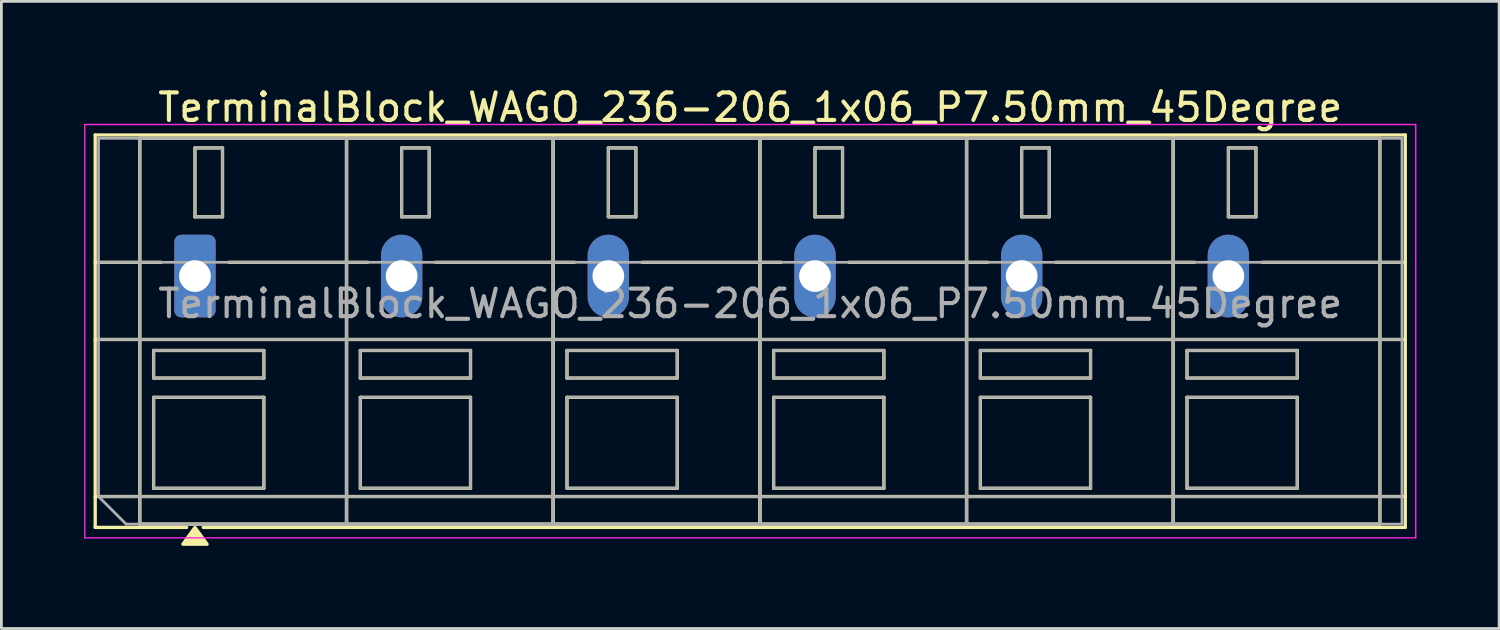
<source format=kicad_pcb>
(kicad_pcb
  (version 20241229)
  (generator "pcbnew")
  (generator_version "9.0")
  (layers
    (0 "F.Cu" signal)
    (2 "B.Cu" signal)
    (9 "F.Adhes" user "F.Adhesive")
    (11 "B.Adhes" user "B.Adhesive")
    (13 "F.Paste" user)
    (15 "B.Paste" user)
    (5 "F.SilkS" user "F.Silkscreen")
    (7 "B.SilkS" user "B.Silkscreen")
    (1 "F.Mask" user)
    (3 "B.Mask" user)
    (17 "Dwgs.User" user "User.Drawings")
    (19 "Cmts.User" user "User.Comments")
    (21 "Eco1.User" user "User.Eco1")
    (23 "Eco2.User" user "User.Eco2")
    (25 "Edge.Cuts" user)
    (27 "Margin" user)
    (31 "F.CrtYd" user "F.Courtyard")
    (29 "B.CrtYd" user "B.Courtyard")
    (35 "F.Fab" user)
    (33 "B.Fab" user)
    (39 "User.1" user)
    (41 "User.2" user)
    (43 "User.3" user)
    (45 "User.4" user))
  (footprint "TerminalBlock_WAGO_236-206_1x06_P7.50mm_45Degree"
    (layer "F.Cu")
    (at 4.025 6.968)
    (property "Reference" "TerminalBlock_WAGO_236-206_1x06_P7.50mm_45Degree" (at 20.15 -6.12 0) (layer "F.SilkS") (effects (font (size 1 1) (thickness 0.15))))
    (attr through_hole)
    (fp_line (start -3.62 -5.12) (end 43.92 -5.12) (stroke (width 0.12) (type solid)) (layer "F.SilkS"))
    (fp_line (start -3.62 -0.5) (end -1.23 -0.5) (stroke (width 0.12) (type solid)) (layer "F.SilkS"))
    (fp_line (start -3.62 2.3) (end 43.92 2.3) (stroke (width 0.12) (type solid)) (layer "F.SilkS"))
    (fp_line (start -3.62 8) (end 43.92 8) (stroke (width 0.12) (type solid)) (layer "F.SilkS"))
    (fp_line (start -3.62 9.12) (end -3.62 -5.12) (stroke (width 0.12) (type solid)) (layer "F.SilkS"))
    (fp_line (start -2 -5) (end 5.5 -5) (stroke (width 0.12) (type solid)) (layer "F.SilkS"))
    (fp_line (start -2 9) (end -2 -5) (stroke (width 0.12) (type solid)) (layer "F.SilkS"))
    (fp_line (start -1.5 2.7) (end 2.5 2.7) (stroke (width 0.12) (type solid)) (layer "F.SilkS"))
    (fp_line (start -1.5 3.7) (end -1.5 2.7) (stroke (width 0.12) (type solid)) (layer "F.SilkS"))
    (fp_line (start -1.5 4.4) (end 2.5 4.4) (stroke (width 0.12) (type solid)) (layer "F.SilkS"))
    (fp_line (start -1.5 7.7) (end -1.5 4.4) (stroke (width 0.12) (type solid)) (layer "F.SilkS"))
    (fp_line (start -0.3 9.12) (end -3.62 9.12) (stroke (width 0.12) (type solid)) (layer "F.SilkS"))
    (fp_line (start 0 -4.65) (end 1 -4.65) (stroke (width 0.12) (type solid)) (layer "F.SilkS"))
    (fp_line (start 0 -2.15) (end 0 -4.65) (stroke (width 0.12) (type solid)) (layer "F.SilkS"))
    (fp_line (start 1 -4.65) (end 1 -2.15) (stroke (width 0.12) (type solid)) (layer "F.SilkS"))
    (fp_line (start 1 -2.15) (end 0 -2.15) (stroke (width 0.12) (type solid)) (layer "F.SilkS"))
    (fp_line (start 1.23 -0.5) (end 6.27 -0.5) (stroke (width 0.12) (type solid)) (layer "F.SilkS"))
    (fp_line (start 2.5 2.7) (end 2.5 3.7) (stroke (width 0.12) (type solid)) (layer "F.SilkS"))
    (fp_line (start 2.5 3.7) (end -1.5 3.7) (stroke (width 0.12) (type solid)) (layer "F.SilkS"))
    (fp_line (start 2.5 4.4) (end 2.5 7.7) (stroke (width 0.12) (type solid)) (layer "F.SilkS"))
    (fp_line (start 2.5 7.7) (end -1.5 7.7) (stroke (width 0.12) (type solid)) (layer "F.SilkS"))
    (fp_line (start 5.5 -5) (end 5.5 9) (stroke (width 0.12) (type solid)) (layer "F.SilkS"))
    (fp_line (start 5.5 -5) (end 13 -5) (stroke (width 0.12) (type solid)) (layer "F.SilkS"))
    (fp_line (start 5.5 9) (end -2 9) (stroke (width 0.12) (type solid)) (layer "F.SilkS"))
    (fp_line (start 5.5 9) (end 5.5 -5) (stroke (width 0.12) (type solid)) (layer "F.SilkS"))
    (fp_line (start 6 2.7) (end 10 2.7) (stroke (width 0.12) (type solid)) (layer "F.SilkS"))
    (fp_line (start 6 3.7) (end 6 2.7) (stroke (width 0.12) (type solid)) (layer "F.SilkS"))
    (fp_line (start 6 4.4) (end 10 4.4) (stroke (width 0.12) (type solid)) (layer "F.SilkS"))
    (fp_line (start 6 7.7) (end 6 4.4) (stroke (width 0.12) (type solid)) (layer "F.SilkS"))
    (fp_line (start 7.5 -4.65) (end 8.5 -4.65) (stroke (width 0.12) (type solid)) (layer "F.SilkS"))
    (fp_line (start 7.5 -2.15) (end 7.5 -4.65) (stroke (width 0.12) (type solid)) (layer "F.SilkS"))
    (fp_line (start 8.5 -4.65) (end 8.5 -2.15) (stroke (width 0.12) (type solid)) (layer "F.SilkS"))
    (fp_line (start 8.5 -2.15) (end 7.5 -2.15) (stroke (width 0.12) (type solid)) (layer "F.SilkS"))
    (fp_line (start 8.73 -0.5) (end 13.77 -0.5) (stroke (width 0.12) (type solid)) (layer "F.SilkS"))
    (fp_line (start 10 2.7) (end 10 3.7) (stroke (width 0.12) (type solid)) (layer "F.SilkS"))
    (fp_line (start 10 3.7) (end 6 3.7) (stroke (width 0.12) (type solid)) (layer "F.SilkS"))
    (fp_line (start 10 4.4) (end 10 7.7) (stroke (width 0.12) (type solid)) (layer "F.SilkS"))
    (fp_line (start 10 7.7) (end 6 7.7) (stroke (width 0.12) (type solid)) (layer "F.SilkS"))
    (fp_line (start 13 -5) (end 13 9) (stroke (width 0.12) (type solid)) (layer "F.SilkS"))
    (fp_line (start 13 -5) (end 20.5 -5) (stroke (width 0.12) (type solid)) (layer "F.SilkS"))
    (fp_line (start 13 9) (end 5.5 9) (stroke (width 0.12) (type solid)) (layer "F.SilkS"))
    (fp_line (start 13 9) (end 13 -5) (stroke (width 0.12) (type solid)) (layer "F.SilkS"))
    (fp_line (start 13.5 2.7) (end 17.5 2.7) (stroke (width 0.12) (type solid)) (layer "F.SilkS"))
    (fp_line (start 13.5 3.7) (end 13.5 2.7) (stroke (width 0.12) (type solid)) (layer "F.SilkS"))
    (fp_line (start 13.5 4.4) (end 17.5 4.4) (stroke (width 0.12) (type solid)) (layer "F.SilkS"))
    (fp_line (start 13.5 7.7) (end 13.5 4.4) (stroke (width 0.12) (type solid)) (layer "F.SilkS"))
    (fp_line (start 15 -4.65) (end 16 -4.65) (stroke (width 0.12) (type solid)) (layer "F.SilkS"))
    (fp_line (start 15 -2.15) (end 15 -4.65) (stroke (width 0.12) (type solid)) (layer "F.SilkS"))
    (fp_line (start 16 -4.65) (end 16 -2.15) (stroke (width 0.12) (type solid)) (layer "F.SilkS"))
    (fp_line (start 16 -2.15) (end 15 -2.15) (stroke (width 0.12) (type solid)) (layer "F.SilkS"))
    (fp_line (start 16.23 -0.5) (end 21.27 -0.5) (stroke (width 0.12) (type solid)) (layer "F.SilkS"))
    (fp_line (start 17.5 2.7) (end 17.5 3.7) (stroke (width 0.12) (type solid)) (layer "F.SilkS"))
    (fp_line (start 17.5 3.7) (end 13.5 3.7) (stroke (width 0.12) (type solid)) (layer "F.SilkS"))
    (fp_line (start 17.5 4.4) (end 17.5 7.7) (stroke (width 0.12) (type solid)) (layer "F.SilkS"))
    (fp_line (start 17.5 7.7) (end 13.5 7.7) (stroke (width 0.12) (type solid)) (layer "F.SilkS"))
    (fp_line (start 20.5 -5) (end 20.5 9) (stroke (width 0.12) (type solid)) (layer "F.SilkS"))
    (fp_line (start 20.5 -5) (end 28 -5) (stroke (width 0.12) (type solid)) (layer "F.SilkS"))
    (fp_line (start 20.5 9) (end 13 9) (stroke (width 0.12) (type solid)) (layer "F.SilkS"))
    (fp_line (start 20.5 9) (end 20.5 -5) (stroke (width 0.12) (type solid)) (layer "F.SilkS"))
    (fp_line (start 21 2.7) (end 25 2.7) (stroke (width 0.12) (type solid)) (layer "F.SilkS"))
    (fp_line (start 21 3.7) (end 21 2.7) (stroke (width 0.12) (type solid)) (layer "F.SilkS"))
    (fp_line (start 21 4.4) (end 25 4.4) (stroke (width 0.12) (type solid)) (layer "F.SilkS"))
    (fp_line (start 21 7.7) (end 21 4.4) (stroke (width 0.12) (type solid)) (layer "F.SilkS"))
    (fp_line (start 22.5 -4.65) (end 23.5 -4.65) (stroke (width 0.12) (type solid)) (layer "F.SilkS"))
    (fp_line (start 22.5 -2.15) (end 22.5 -4.65) (stroke (width 0.12) (type solid)) (layer "F.SilkS"))
    (fp_line (start 23.5 -4.65) (end 23.5 -2.15) (stroke (width 0.12) (type solid)) (layer "F.SilkS"))
    (fp_line (start 23.5 -2.15) (end 22.5 -2.15) (stroke (width 0.12) (type solid)) (layer "F.SilkS"))
    (fp_line (start 23.73 -0.5) (end 28.77 -0.5) (stroke (width 0.12) (type solid)) (layer "F.SilkS"))
    (fp_line (start 25 2.7) (end 25 3.7) (stroke (width 0.12) (type solid)) (layer "F.SilkS"))
    (fp_line (start 25 3.7) (end 21 3.7) (stroke (width 0.12) (type solid)) (layer "F.SilkS"))
    (fp_line (start 25 4.4) (end 25 7.7) (stroke (width 0.12) (type solid)) (layer "F.SilkS"))
    (fp_line (start 25 7.7) (end 21 7.7) (stroke (width 0.12) (type solid)) (layer "F.SilkS"))
    (fp_line (start 28 -5) (end 28 9) (stroke (width 0.12) (type solid)) (layer "F.SilkS"))
    (fp_line (start 28 -5) (end 35.5 -5) (stroke (width 0.12) (type solid)) (layer "F.SilkS"))
    (fp_line (start 28 9) (end 20.5 9) (stroke (width 0.12) (type solid)) (layer "F.SilkS"))
    (fp_line (start 28 9) (end 28 -5) (stroke (width 0.12) (type solid)) (layer "F.SilkS"))
    (fp_line (start 28.5 2.7) (end 32.5 2.7) (stroke (width 0.12) (type solid)) (layer "F.SilkS"))
    (fp_line (start 28.5 3.7) (end 28.5 2.7) (stroke (width 0.12) (type solid)) (layer "F.SilkS"))
    (fp_line (start 28.5 4.4) (end 32.5 4.4) (stroke (width 0.12) (type solid)) (layer "F.SilkS"))
    (fp_line (start 28.5 7.7) (end 28.5 4.4) (stroke (width 0.12) (type solid)) (layer "F.SilkS"))
    (fp_line (start 30 -4.65) (end 31 -4.65) (stroke (width 0.12) (type solid)) (layer "F.SilkS"))
    (fp_line (start 30 -2.15) (end 30 -4.65) (stroke (width 0.12) (type solid)) (layer "F.SilkS"))
    (fp_line (start 31 -4.65) (end 31 -2.15) (stroke (width 0.12) (type solid)) (layer "F.SilkS"))
    (fp_line (start 31 -2.15) (end 30 -2.15) (stroke (width 0.12) (type solid)) (layer "F.SilkS"))
    (fp_line (start 31.23 -0.5) (end 36.27 -0.5) (stroke (width 0.12) (type solid)) (layer "F.SilkS"))
    (fp_line (start 32.5 2.7) (end 32.5 3.7) (stroke (width 0.12) (type solid)) (layer "F.SilkS"))
    (fp_line (start 32.5 3.7) (end 28.5 3.7) (stroke (width 0.12) (type solid)) (layer "F.SilkS"))
    (fp_line (start 32.5 4.4) (end 32.5 7.7) (stroke (width 0.12) (type solid)) (layer "F.SilkS"))
    (fp_line (start 32.5 7.7) (end 28.5 7.7) (stroke (width 0.12) (type solid)) (layer "F.SilkS"))
    (fp_line (start 35.5 -5) (end 35.5 9) (stroke (width 0.12) (type solid)) (layer "F.SilkS"))
    (fp_line (start 35.5 -5) (end 43 -5) (stroke (width 0.12) (type solid)) (layer "F.SilkS"))
    (fp_line (start 35.5 9) (end 28 9) (stroke (width 0.12) (type solid)) (layer "F.SilkS"))
    (fp_line (start 35.5 9) (end 35.5 -5) (stroke (width 0.12) (type solid)) (layer "F.SilkS"))
    (fp_line (start 36 2.7) (end 40 2.7) (stroke (width 0.12) (type solid)) (layer "F.SilkS"))
    (fp_line (start 36 3.7) (end 36 2.7) (stroke (width 0.12) (type solid)) (layer "F.SilkS"))
    (fp_line (start 36 4.4) (end 40 4.4) (stroke (width 0.12) (type solid)) (layer "F.SilkS"))
    (fp_line (start 36 7.7) (end 36 4.4) (stroke (width 0.12) (type solid)) (layer "F.SilkS"))
    (fp_line (start 37.5 -4.65) (end 38.5 -4.65) (stroke (width 0.12) (type solid)) (layer "F.SilkS"))
    (fp_line (start 37.5 -2.15) (end 37.5 -4.65) (stroke (width 0.12) (type solid)) (layer "F.SilkS"))
    (fp_line (start 38.5 -4.65) (end 38.5 -2.15) (stroke (width 0.12) (type solid)) (layer "F.SilkS"))
    (fp_line (start 38.5 -2.15) (end 37.5 -2.15) (stroke (width 0.12) (type solid)) (layer "F.SilkS"))
    (fp_line (start 38.73 -0.5) (end 43.92 -0.5) (stroke (width 0.12) (type solid)) (layer "F.SilkS"))
    (fp_line (start 40 2.7) (end 40 3.7) (stroke (width 0.12) (type solid)) (layer "F.SilkS"))
    (fp_line (start 40 3.7) (end 36 3.7) (stroke (width 0.12) (type solid)) (layer "F.SilkS"))
    (fp_line (start 40 4.4) (end 40 7.7) (stroke (width 0.12) (type solid)) (layer "F.SilkS"))
    (fp_line (start 40 7.7) (end 36 7.7) (stroke (width 0.12) (type solid)) (layer "F.SilkS"))
    (fp_line (start 43 -5) (end 43 9) (stroke (width 0.12) (type solid)) (layer "F.SilkS"))
    (fp_line (start 43 9) (end 35.5 9) (stroke (width 0.12) (type solid)) (layer "F.SilkS"))
    (fp_line (start 43.92 -5.12) (end 43.92 9.12) (stroke (width 0.12) (type solid)) (layer "F.SilkS"))
    (fp_line (start 43.92 9.12) (end 0.3 9.12) (stroke (width 0.12) (type solid)) (layer "F.SilkS"))
    (fp_poly (pts (xy 0 9.12) (xy 0.44 9.73) (xy -0.44 9.73)) (stroke (width 0.12) (type solid)) (fill yes) (layer "F.SilkS"))
    (fp_line (start -4 -5.5) (end -4 9.5) (stroke (width 0.05) (type solid)) (layer "F.CrtYd"))
    (fp_line (start -4 9.5) (end 44.3 9.5) (stroke (width 0.05) (type solid)) (layer "F.CrtYd"))
    (fp_line (start 44.3 -5.5) (end -4 -5.5) (stroke (width 0.05) (type solid)) (layer "F.CrtYd"))
    (fp_line (start 44.3 9.5) (end 44.3 -5.5) (stroke (width 0.05) (type solid)) (layer "F.CrtYd"))
    (fp_line (start -3.5 -5) (end 43.8 -5) (stroke (width 0.1) (type solid)) (layer "F.Fab"))
    (fp_line (start -3.5 -0.5) (end 43.8 -0.5) (stroke (width 0.1) (type solid)) (layer "F.Fab"))
    (fp_line (start -3.5 2.3) (end 43.8 2.3) (stroke (width 0.1) (type solid)) (layer "F.Fab"))
    (fp_line (start -3.5 8) (end -3.5 -5) (stroke (width 0.1) (type solid)) (layer "F.Fab"))
    (fp_line (start -3.5 8) (end 43.8 8) (stroke (width 0.1) (type solid)) (layer "F.Fab"))
    (fp_line (start -2.5 9) (end -3.5 8) (stroke (width 0.1) (type solid)) (layer "F.Fab"))
    (fp_line (start -2 -5) (end -2 9) (stroke (width 0.1) (type solid)) (layer "F.Fab"))
    (fp_line (start -2 9) (end 5.5 9) (stroke (width 0.1) (type solid)) (layer "F.Fab"))
    (fp_line (start -1.5 2.7) (end -1.5 3.7) (stroke (width 0.1) (type solid)) (layer "F.Fab"))
    (fp_line (start -1.5 3.7) (end 2.5 3.7) (stroke (width 0.1) (type solid)) (layer "F.Fab"))
    (fp_line (start -1.5 4.4) (end -1.5 7.7) (stroke (width 0.1) (type solid)) (layer "F.Fab"))
    (fp_line (start -1.5 7.7) (end 2.5 7.7) (stroke (width 0.1) (type solid)) (layer "F.Fab"))
    (fp_line (start 0 -4.65) (end 0 -2.15) (stroke (width 0.1) (type solid)) (layer "F.Fab"))
    (fp_line (start 0 -2.15) (end 1 -2.15) (stroke (width 0.1) (type solid)) (layer "F.Fab"))
    (fp_line (start 1 -4.65) (end 0 -4.65) (stroke (width 0.1) (type solid)) (layer "F.Fab"))
    (fp_line (start 1 -2.15) (end 1 -4.65) (stroke (width 0.1) (type solid)) (layer "F.Fab"))
    (fp_line (start 2.5 2.7) (end -1.5 2.7) (stroke (width 0.1) (type solid)) (layer "F.Fab"))
    (fp_line (start 2.5 3.7) (end 2.5 2.7) (stroke (width 0.1) (type solid)) (layer "F.Fab"))
    (fp_line (start 2.5 4.4) (end -1.5 4.4) (stroke (width 0.1) (type solid)) (layer "F.Fab"))
    (fp_line (start 2.5 7.7) (end 2.5 4.4) (stroke (width 0.1) (type solid)) (layer "F.Fab"))
    (fp_line (start 5.5 -5) (end -2 -5) (stroke (width 0.1) (type solid)) (layer "F.Fab"))
    (fp_line (start 5.5 -5) (end 5.5 9) (stroke (width 0.1) (type solid)) (layer "F.Fab"))
    (fp_line (start 5.5 9) (end 5.5 -5) (stroke (width 0.1) (type solid)) (layer "F.Fab"))
    (fp_line (start 5.5 9) (end 13 9) (stroke (width 0.1) (type solid)) (layer "F.Fab"))
    (fp_line (start 6 2.7) (end 6 3.7) (stroke (width 0.1) (type solid)) (layer "F.Fab"))
    (fp_line (start 6 3.7) (end 10 3.7) (stroke (width 0.1) (type solid)) (layer "F.Fab"))
    (fp_line (start 6 4.4) (end 6 7.7) (stroke (width 0.1) (type solid)) (layer "F.Fab"))
    (fp_line (start 6 7.7) (end 10 7.7) (stroke (width 0.1) (type solid)) (layer "F.Fab"))
    (fp_line (start 7.5 -4.65) (end 7.5 -2.15) (stroke (width 0.1) (type solid)) (layer "F.Fab"))
    (fp_line (start 7.5 -2.15) (end 8.5 -2.15) (stroke (width 0.1) (type solid)) (layer "F.Fab"))
    (fp_line (start 8.5 -4.65) (end 7.5 -4.65) (stroke (width 0.1) (type solid)) (layer "F.Fab"))
    (fp_line (start 8.5 -2.15) (end 8.5 -4.65) (stroke (width 0.1) (type solid)) (layer "F.Fab"))
    (fp_line (start 10 2.7) (end 6 2.7) (stroke (width 0.1) (type solid)) (layer "F.Fab"))
    (fp_line (start 10 3.7) (end 10 2.7) (stroke (width 0.1) (type solid)) (layer "F.Fab"))
    (fp_line (start 10 4.4) (end 6 4.4) (stroke (width 0.1) (type solid)) (layer "F.Fab"))
    (fp_line (start 10 7.7) (end 10 4.4) (stroke (width 0.1) (type solid)) (layer "F.Fab"))
    (fp_line (start 13 -5) (end 5.5 -5) (stroke (width 0.1) (type solid)) (layer "F.Fab"))
    (fp_line (start 13 -5) (end 13 9) (stroke (width 0.1) (type solid)) (layer "F.Fab"))
    (fp_line (start 13 9) (end 13 -5) (stroke (width 0.1) (type solid)) (layer "F.Fab"))
    (fp_line (start 13 9) (end 20.5 9) (stroke (width 0.1) (type solid)) (layer "F.Fab"))
    (fp_line (start 13.5 2.7) (end 13.5 3.7) (stroke (width 0.1) (type solid)) (layer "F.Fab"))
    (fp_line (start 13.5 3.7) (end 17.5 3.7) (stroke (width 0.1) (type solid)) (layer "F.Fab"))
    (fp_line (start 13.5 4.4) (end 13.5 7.7) (stroke (width 0.1) (type solid)) (layer "F.Fab"))
    (fp_line (start 13.5 7.7) (end 17.5 7.7) (stroke (width 0.1) (type solid)) (layer "F.Fab"))
    (fp_line (start 15 -4.65) (end 15 -2.15) (stroke (width 0.1) (type solid)) (layer "F.Fab"))
    (fp_line (start 15 -2.15) (end 16 -2.15) (stroke (width 0.1) (type solid)) (layer "F.Fab"))
    (fp_line (start 16 -4.65) (end 15 -4.65) (stroke (width 0.1) (type solid)) (layer "F.Fab"))
    (fp_line (start 16 -2.15) (end 16 -4.65) (stroke (width 0.1) (type solid)) (layer "F.Fab"))
    (fp_line (start 17.5 2.7) (end 13.5 2.7) (stroke (width 0.1) (type solid)) (layer "F.Fab"))
    (fp_line (start 17.5 3.7) (end 17.5 2.7) (stroke (width 0.1) (type solid)) (layer "F.Fab"))
    (fp_line (start 17.5 4.4) (end 13.5 4.4) (stroke (width 0.1) (type solid)) (layer "F.Fab"))
    (fp_line (start 17.5 7.7) (end 17.5 4.4) (stroke (width 0.1) (type solid)) (layer "F.Fab"))
    (fp_line (start 20.5 -5) (end 13 -5) (stroke (width 0.1) (type solid)) (layer "F.Fab"))
    (fp_line (start 20.5 -5) (end 20.5 9) (stroke (width 0.1) (type solid)) (layer "F.Fab"))
    (fp_line (start 20.5 9) (end 20.5 -5) (stroke (width 0.1) (type solid)) (layer "F.Fab"))
    (fp_line (start 20.5 9) (end 28 9) (stroke (width 0.1) (type solid)) (layer "F.Fab"))
    (fp_line (start 21 2.7) (end 21 3.7) (stroke (width 0.1) (type solid)) (layer "F.Fab"))
    (fp_line (start 21 3.7) (end 25 3.7) (stroke (width 0.1) (type solid)) (layer "F.Fab"))
    (fp_line (start 21 4.4) (end 21 7.7) (stroke (width 0.1) (type solid)) (layer "F.Fab"))
    (fp_line (start 21 7.7) (end 25 7.7) (stroke (width 0.1) (type solid)) (layer "F.Fab"))
    (fp_line (start 22.5 -4.65) (end 22.5 -2.15) (stroke (width 0.1) (type solid)) (layer "F.Fab"))
    (fp_line (start 22.5 -2.15) (end 23.5 -2.15) (stroke (width 0.1) (type solid)) (layer "F.Fab"))
    (fp_line (start 23.5 -4.65) (end 22.5 -4.65) (stroke (width 0.1) (type solid)) (layer "F.Fab"))
    (fp_line (start 23.5 -2.15) (end 23.5 -4.65) (stroke (width 0.1) (type solid)) (layer "F.Fab"))
    (fp_line (start 25 2.7) (end 21 2.7) (stroke (width 0.1) (type solid)) (layer "F.Fab"))
    (fp_line (start 25 3.7) (end 25 2.7) (stroke (width 0.1) (type solid)) (layer "F.Fab"))
    (fp_line (start 25 4.4) (end 21 4.4) (stroke (width 0.1) (type solid)) (layer "F.Fab"))
    (fp_line (start 25 7.7) (end 25 4.4) (stroke (width 0.1) (type solid)) (layer "F.Fab"))
    (fp_line (start 28 -5) (end 20.5 -5) (stroke (width 0.1) (type solid)) (layer "F.Fab"))
    (fp_line (start 28 -5) (end 28 9) (stroke (width 0.1) (type solid)) (layer "F.Fab"))
    (fp_line (start 28 9) (end 28 -5) (stroke (width 0.1) (type solid)) (layer "F.Fab"))
    (fp_line (start 28 9) (end 35.5 9) (stroke (width 0.1) (type solid)) (layer "F.Fab"))
    (fp_line (start 28.5 2.7) (end 28.5 3.7) (stroke (width 0.1) (type solid)) (layer "F.Fab"))
    (fp_line (start 28.5 3.7) (end 32.5 3.7) (stroke (width 0.1) (type solid)) (layer "F.Fab"))
    (fp_line (start 28.5 4.4) (end 28.5 7.7) (stroke (width 0.1) (type solid)) (layer "F.Fab"))
    (fp_line (start 28.5 7.7) (end 32.5 7.7) (stroke (width 0.1) (type solid)) (layer "F.Fab"))
    (fp_line (start 30 -4.65) (end 30 -2.15) (stroke (width 0.1) (type solid)) (layer "F.Fab"))
    (fp_line (start 30 -2.15) (end 31 -2.15) (stroke (width 0.1) (type solid)) (layer "F.Fab"))
    (fp_line (start 31 -4.65) (end 30 -4.65) (stroke (width 0.1) (type solid)) (layer "F.Fab"))
    (fp_line (start 31 -2.15) (end 31 -4.65) (stroke (width 0.1) (type solid)) (layer "F.Fab"))
    (fp_line (start 32.5 2.7) (end 28.5 2.7) (stroke (width 0.1) (type solid)) (layer "F.Fab"))
    (fp_line (start 32.5 3.7) (end 32.5 2.7) (stroke (width 0.1) (type solid)) (layer "F.Fab"))
    (fp_line (start 32.5 4.4) (end 28.5 4.4) (stroke (width 0.1) (type solid)) (layer "F.Fab"))
    (fp_line (start 32.5 7.7) (end 32.5 4.4) (stroke (width 0.1) (type solid)) (layer "F.Fab"))
    (fp_line (start 35.5 -5) (end 28 -5) (stroke (width 0.1) (type solid)) (layer "F.Fab"))
    (fp_line (start 35.5 -5) (end 35.5 9) (stroke (width 0.1) (type solid)) (layer "F.Fab"))
    (fp_line (start 35.5 9) (end 35.5 -5) (stroke (width 0.1) (type solid)) (layer "F.Fab"))
    (fp_line (start 35.5 9) (end 43 9) (stroke (width 0.1) (type solid)) (layer "F.Fab"))
    (fp_line (start 36 2.7) (end 36 3.7) (stroke (width 0.1) (type solid)) (layer "F.Fab"))
    (fp_line (start 36 3.7) (end 40 3.7) (stroke (width 0.1) (type solid)) (layer "F.Fab"))
    (fp_line (start 36 4.4) (end 36 7.7) (stroke (width 0.1) (type solid)) (layer "F.Fab"))
    (fp_line (start 36 7.7) (end 40 7.7) (stroke (width 0.1) (type solid)) (layer "F.Fab"))
    (fp_line (start 37.5 -4.65) (end 37.5 -2.15) (stroke (width 0.1) (type solid)) (layer "F.Fab"))
    (fp_line (start 37.5 -2.15) (end 38.5 -2.15) (stroke (width 0.1) (type solid)) (layer "F.Fab"))
    (fp_line (start 38.5 -4.65) (end 37.5 -4.65) (stroke (width 0.1) (type solid)) (layer "F.Fab"))
    (fp_line (start 38.5 -2.15) (end 38.5 -4.65) (stroke (width 0.1) (type solid)) (layer "F.Fab"))
    (fp_line (start 40 2.7) (end 36 2.7) (stroke (width 0.1) (type solid)) (layer "F.Fab"))
    (fp_line (start 40 3.7) (end 40 2.7) (stroke (width 0.1) (type solid)) (layer "F.Fab"))
    (fp_line (start 40 4.4) (end 36 4.4) (stroke (width 0.1) (type solid)) (layer "F.Fab"))
    (fp_line (start 40 7.7) (end 40 4.4) (stroke (width 0.1) (type solid)) (layer "F.Fab"))
    (fp_line (start 43 -5) (end 35.5 -5) (stroke (width 0.1) (type solid)) (layer "F.Fab"))
    (fp_line (start 43 9) (end 43 -5) (stroke (width 0.1) (type solid)) (layer "F.Fab"))
    (fp_line (start 43.8 -5) (end 43.8 9) (stroke (width 0.1) (type solid)) (layer "F.Fab"))
    (fp_line (start 43.8 9) (end -2.5 9) (stroke (width 0.1) (type solid)) (layer "F.Fab"))
    (fp_text user "${REFERENCE}" (at 20.15 1 0) (layer "F.Fab") (effects (font (size 1 1) (thickness 0.15))))
    (pad "1" thru_hole roundrect (at 0 0) (size 1.5 3) (drill 1.15) (layers "*.Cu" "*.Mask") (roundrect_rratio 0.167))
    (pad "2" thru_hole oval (at 7.5 0) (size 1.5 3) (drill 1.15) (layers "*.Cu" "*.Mask"))
    (pad "3" thru_hole oval (at 15 0) (size 1.5 3) (drill 1.15) (layers "*.Cu" "*.Mask"))
    (pad "4" thru_hole oval (at 22.5 0) (size 1.5 3) (drill 1.15) (layers "*.Cu" "*.Mask"))
    (pad "5" thru_hole oval (at 30 0) (size 1.5 3) (drill 1.15) (layers "*.Cu" "*.Mask"))
    (pad "6" thru_hole oval (at 37.5 0) (size 1.5 3) (drill 1.15) (layers "*.Cu" "*.Mask")))
  (gr_rect
    (start -3 -3)
    (end 51.35 19.758)
    (stroke (width 0.1) (type default))
    (fill no)
    (layer "Edge.Cuts")))
</source>
